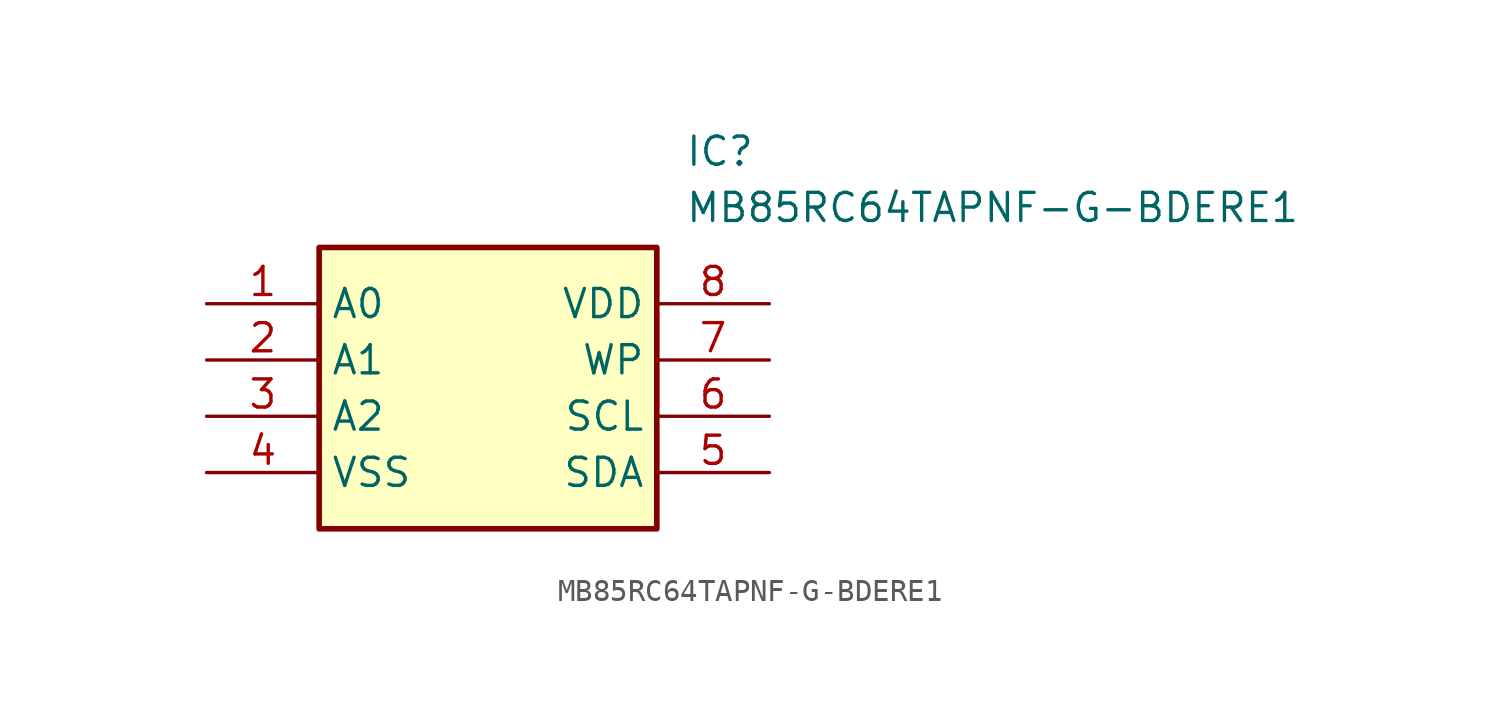
<source format=kicad_sym>
(kicad_symbol_lib
  (version 20241209)
  (generator "kicad_symbol_editor")
  (generator_version "9.0")
  (symbol "MB85RC64TAPNF-G-BDERE1"
    (property "Reference" "IC"
      (at 21.59 7.62 0)
      (effects (font (size 1.27 1.27)) (justify left top)))
    (property "Value" "MB85RC64TAPNF-G-BDERE1"
      (at 21.59 5.08 0)
      (effects (font (size 1.27 1.27)) (justify left top)))
    (symbol "MB85RC64TAPNF-G-BDERE1_1_1"
      (rectangle (start 5.08 2.54) (end 20.32 -10.16) (stroke (width 0.254) (type default)) (fill (type background)))
      (pin passive line (at 0 0 0) (length 5.08) (name "A0" (effects (font (size 1.27 1.27)))) (number "1" (effects (font (size 1.27 1.27)))))
      (pin passive line (at 0 -2.54 0) (length 5.08) (name "A1" (effects (font (size 1.27 1.27)))) (number "2" (effects (font (size 1.27 1.27)))))
      (pin passive line (at 0 -5.08 0) (length 5.08) (name "A2" (effects (font (size 1.27 1.27)))) (number "3" (effects (font (size 1.27 1.27)))))
      (pin passive line (at 0 -7.62 0) (length 5.08) (name "VSS" (effects (font (size 1.27 1.27)))) (number "4" (effects (font (size 1.27 1.27)))))
      (pin passive line (at 25.4 0 180) (length 5.08) (name "VDD" (effects (font (size 1.27 1.27)))) (number "8" (effects (font (size 1.27 1.27)))))
      (pin passive line (at 25.4 -2.54 180) (length 5.08) (name "WP" (effects (font (size 1.27 1.27)))) (number "7" (effects (font (size 1.27 1.27)))))
      (pin passive line (at 25.4 -5.08 180) (length 5.08) (name "SCL" (effects (font (size 1.27 1.27)))) (number "6" (effects (font (size 1.27 1.27)))))
      (pin passive line (at 25.4 -7.62 180) (length 5.08) (name "SDA" (effects (font (size 1.27 1.27)))) (number "5" (effects (font (size 1.27 1.27))))))))
</source>
